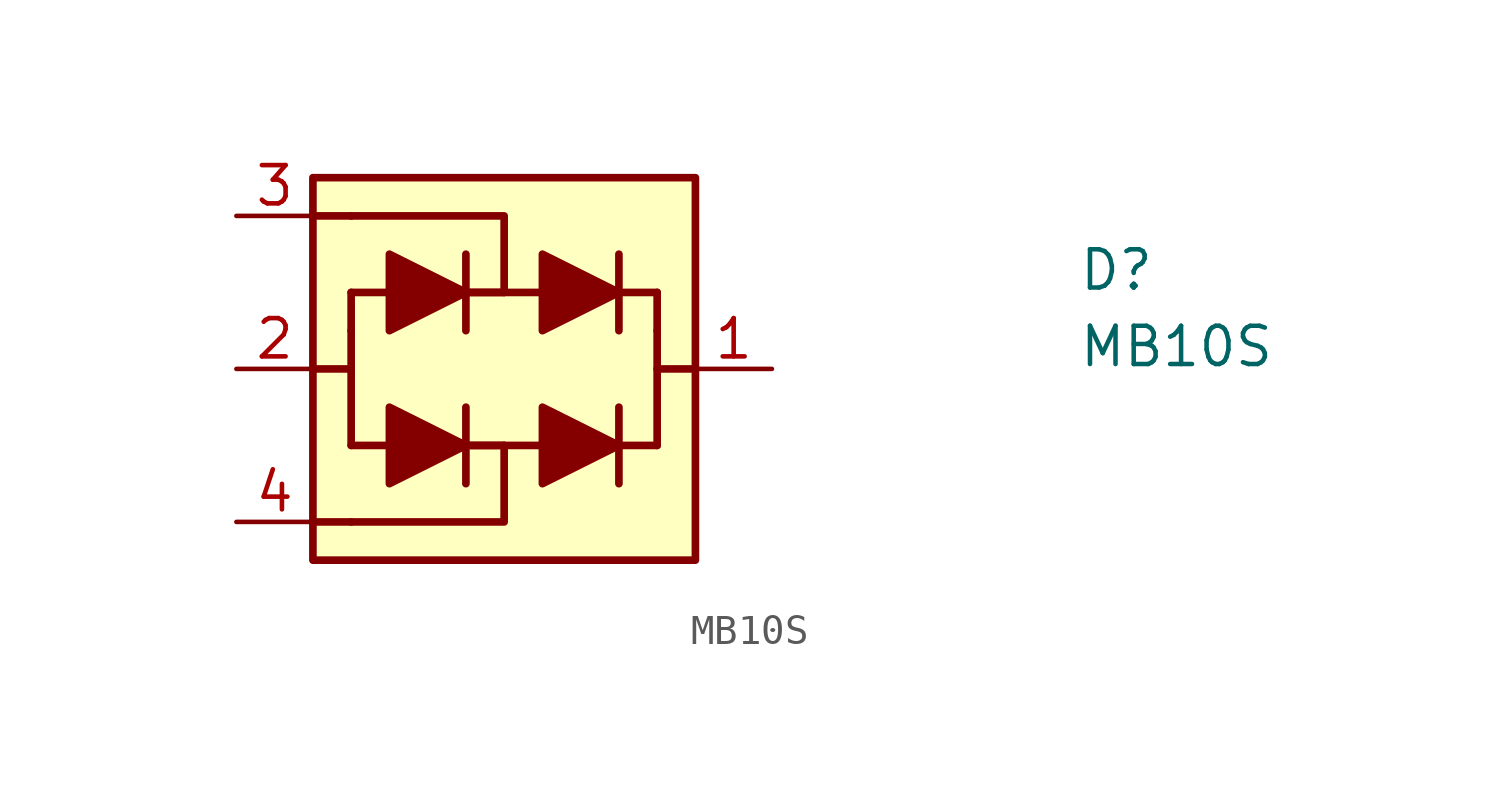
<source format=kicad_sym>
(kicad_symbol_lib
  (version 20211014)
  (generator kicad_symbol_editor)
  (symbol "MB10S"
    (pin_names hide)
    (property "Reference" "D"
      (at 27.94 -2.54 0)
      (effects (font (size 1.27 1.27) (thickness 0.15)) (justify left bottom)))
    (property "Value" "MB10S"
      (at 27.94 -5.08 0)
      (effects (font (size 1.27 1.27) (thickness 0.15)) (justify left bottom)))
    (symbol "MB10S_1_1"
      (polyline (pts (xy 2.54 -5.08) (xy 3.81 -5.08)) (stroke (width 0.254) (type default) (color 0 0 0 0)) (fill (type none)))
      (polyline (pts (xy 3.81 -10.16) (xy 2.54 -10.16)) (stroke (width 0.254) (type default) (color 0 0 0 0)) (fill (type none)))
      (polyline (pts (xy 3.81 -3.81) (xy 3.81 -7.62)) (stroke (width 0.254) (type default) (color 0 0 0 0)) (fill (type none)))
      (polyline (pts (xy 3.81 -2.54) (xy 3.81 -3.81)) (stroke (width 0.254) (type default) (color 0 0 0 0)) (fill (type none)))
      (polyline (pts (xy 3.81 0) (xy 2.54 0)) (stroke (width 0.254) (type default) (color 0 0 0 0)) (fill (type none)))
      (polyline (pts (xy 5.08 -7.62) (xy 3.81 -7.62)) (stroke (width 0.254) (type default) (color 0 0 0 0)) (fill (type none)))
      (polyline (pts (xy 5.08 -2.54) (xy 3.81 -2.54)) (stroke (width 0.254) (type default) (color 0 0 0 0)) (fill (type none)))
      (polyline (pts (xy 7.62 -6.35) (xy 7.62 -8.89)) (stroke (width 0.254) (type default) (color 0 0 0 0)) (fill (type none)))
      (polyline (pts (xy 7.62 -1.27) (xy 7.62 -3.81)) (stroke (width 0.254) (type default) (color 0 0 0 0)) (fill (type none)))
      (polyline (pts (xy 8.89 -7.62) (xy 7.62 -7.62)) (stroke (width 0.254) (type default) (color 0 0 0 0)) (fill (type none)))
      (polyline (pts (xy 8.89 -2.54) (xy 7.62 -2.54)) (stroke (width 0.254) (type default) (color 0 0 0 0)) (fill (type none)))
      (polyline (pts (xy 10.16 -7.62) (xy 7.62 -7.62)) (stroke (width 0.254) (type default) (color 0 0 0 0)) (fill (type none)))
      (polyline (pts (xy 10.16 -2.54) (xy 7.62 -2.54)) (stroke (width 0.254) (type default) (color 0 0 0 0)) (fill (type none)))
      (polyline (pts (xy 12.7 -7.62) (xy 13.97 -7.62)) (stroke (width 0.254) (type default) (color 0 0 0 0)) (fill (type none)))
      (polyline (pts (xy 12.7 -6.35) (xy 12.7 -8.89)) (stroke (width 0.254) (type default) (color 0 0 0 0)) (fill (type none)))
      (polyline (pts (xy 12.7 -2.54) (xy 13.97 -2.54)) (stroke (width 0.254) (type default) (color 0 0 0 0)) (fill (type none)))
      (polyline (pts (xy 12.7 -1.27) (xy 12.7 -3.81)) (stroke (width 0.254) (type default) (color 0 0 0 0)) (fill (type none)))
      (polyline (pts (xy 13.97 -5.08) (xy 15.24 -5.08)) (stroke (width 0.254) (type default) (color 0 0 0 0)) (fill (type none)))
      (polyline (pts (xy 13.97 -3.81) (xy 13.97 -7.62)) (stroke (width 0.254) (type default) (color 0 0 0 0)) (fill (type none)))
      (polyline (pts (xy 13.97 -2.54) (xy 13.97 -3.81)) (stroke (width 0.254) (type default) (color 0 0 0 0)) (fill (type none)))
      (polyline (pts (xy 8.89 -7.62) (xy 8.89 -10.16) (xy 3.81 -10.16)) (stroke (width 0.254) (type default) (color 0 0 0 0)) (fill (type none)))
      (polyline (pts (xy 8.89 -2.54) (xy 8.89 0) (xy 3.81 0)) (stroke (width 0.254) (type default) (color 0 0 0 0)) (fill (type none)))
      (polyline (pts (xy 5.08 -6.35) (xy 5.08 -8.89) (xy 7.62 -7.62) (xy 5.08 -6.35)) (stroke (width 0.254) (type default) (color 0 0 0 0)) (fill (type outline)))
      (polyline (pts (xy 5.08 -1.27) (xy 5.08 -3.81) (xy 7.62 -2.54) (xy 5.08 -1.27)) (stroke (width 0.254) (type default) (color 0 0 0 0)) (fill (type outline)))
      (polyline (pts (xy 10.16 -6.35) (xy 10.16 -8.89) (xy 12.7 -7.62) (xy 10.16 -6.35)) (stroke (width 0.254) (type default) (color 0 0 0 0)) (fill (type outline)))
      (polyline (pts (xy 10.16 -1.27) (xy 10.16 -3.81) (xy 12.7 -2.54) (xy 10.16 -1.27)) (stroke (width 0.254) (type default) (color 0 0 0 0)) (fill (type outline)))
      (rectangle (start 2.54 1.27) (end 15.24 -11.43) (stroke (width 0.254) (type default) (color 0 0 0 0)) (fill (type background)))
      (pin passive line (at 17.78 -5.08 180) (length 2.54) (name "1" (effects (font (size 1.27 1.27)))) (number "1" (effects (font (size 1.27 1.27)))))
      (pin passive line (at 0 -5.08 0) (length 2.54) (name "2" (effects (font (size 1.27 1.27)))) (number "2" (effects (font (size 1.27 1.27)))))
      (pin passive line (at 0 0 0) (length 2.54) (name "3" (effects (font (size 1.27 1.27)))) (number "3" (effects (font (size 1.27 1.27)))))
      (pin passive line (at 0 -10.16 0) (length 2.54) (name "4" (effects (font (size 1.27 1.27)))) (number "4" (effects (font (size 1.27 1.27))))))))
</source>
